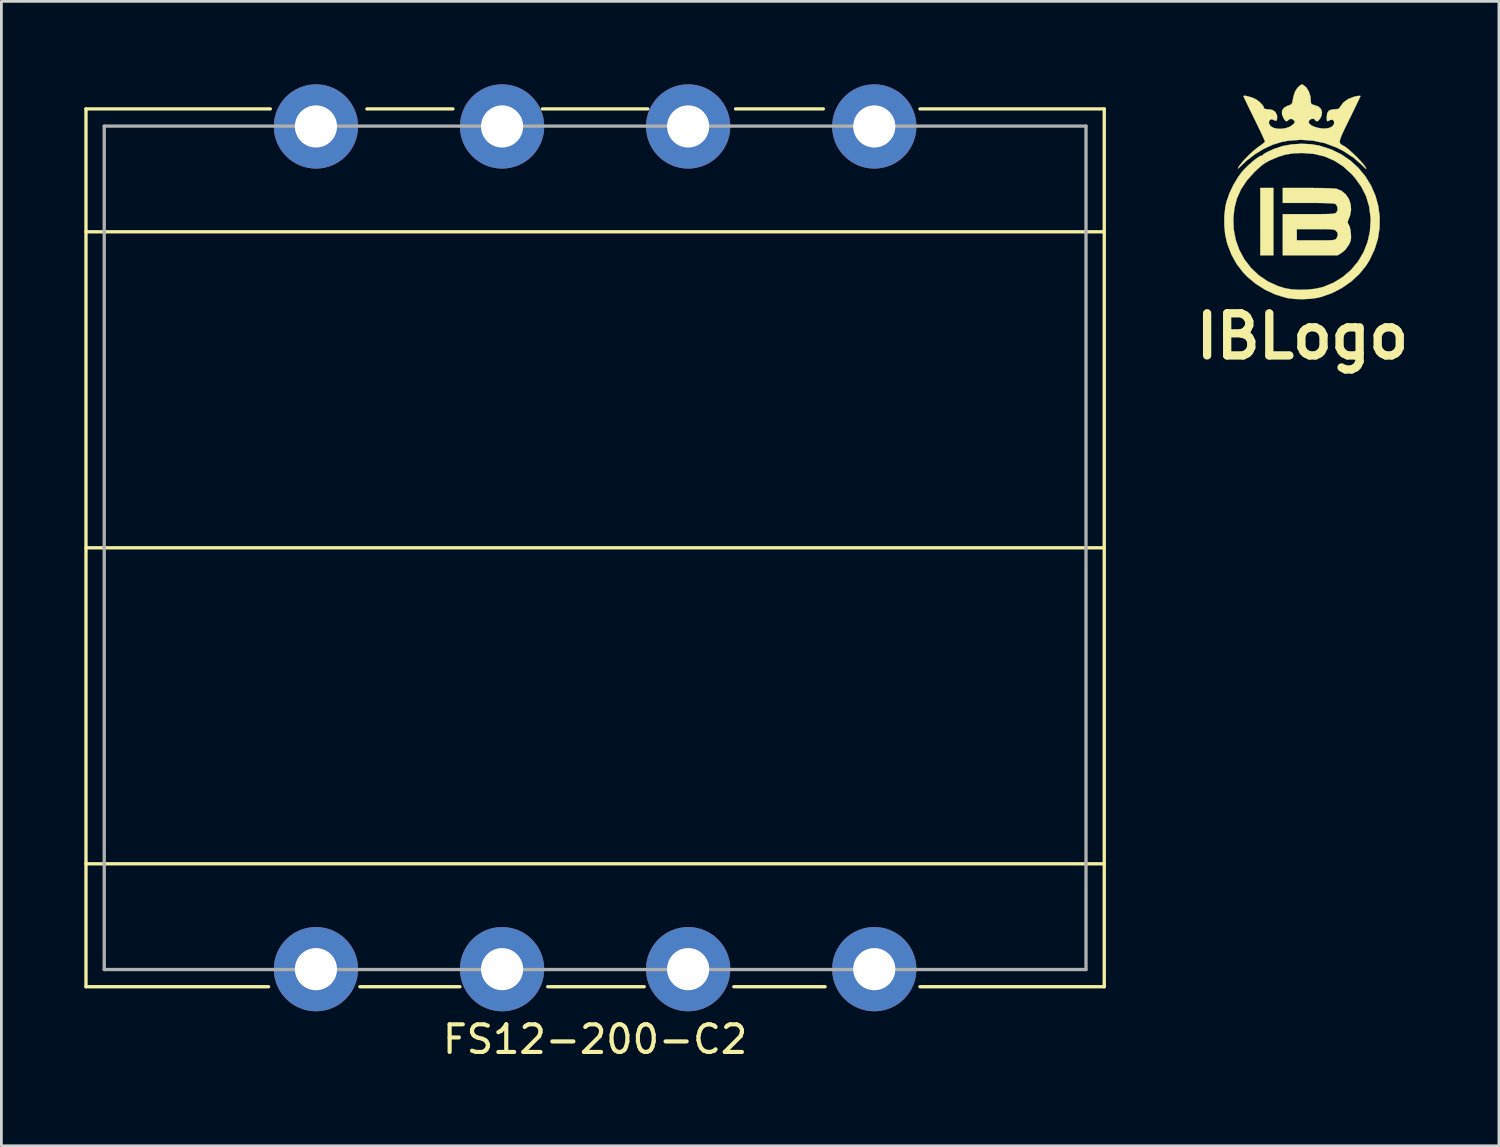
<source format=kicad_pcb>
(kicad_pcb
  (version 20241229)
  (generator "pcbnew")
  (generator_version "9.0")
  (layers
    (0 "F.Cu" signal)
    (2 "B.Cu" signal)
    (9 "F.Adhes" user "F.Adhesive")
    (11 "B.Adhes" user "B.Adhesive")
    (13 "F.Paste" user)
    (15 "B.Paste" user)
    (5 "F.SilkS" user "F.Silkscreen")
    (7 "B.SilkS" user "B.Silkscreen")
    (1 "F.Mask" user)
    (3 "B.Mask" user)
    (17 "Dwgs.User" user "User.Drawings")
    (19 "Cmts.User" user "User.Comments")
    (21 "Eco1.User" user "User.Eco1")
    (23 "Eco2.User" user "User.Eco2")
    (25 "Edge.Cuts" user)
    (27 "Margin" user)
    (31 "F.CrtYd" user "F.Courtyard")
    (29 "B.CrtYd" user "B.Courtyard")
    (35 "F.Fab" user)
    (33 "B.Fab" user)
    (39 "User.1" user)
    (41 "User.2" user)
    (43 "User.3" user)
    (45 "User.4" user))
  (footprint "IBLogo"
    (layer "F.Cu")
    (at 44.058 3.916)
    (property "Reference" "IBLogo" (at 0 5.2 0) (layer "F.SilkS") (effects (font (size 1.524 1.524) (thickness 0.3))))
    (attr through_hole)
    (fp_poly (pts (xy -1.05 2.269) (xy -1.524 2.269) (xy -1.524 -0.169) (xy -1.05 -0.169) (xy -1.05 2.269)) (stroke (width 0.01) (type solid)) (fill yes) (layer "F.SilkS"))
    (fp_poly (pts (xy 0.195 -0.169) (xy 0.443 -0.167) (xy 0.676 -0.164) (xy 0.882 -0.159) (xy 1.051 -0.152) (xy 1.173 -0.145) (xy 1.234 -0.137) (xy 1.417 -0.062) (xy 1.567 0.063) (xy 1.677 0.226) (xy 1.743 0.416) (xy 1.76 0.621) (xy 1.722 0.831) (xy 1.694 0.905) (xy 1.653 1.006) (xy 1.638 1.069) (xy 1.649 1.118) (xy 1.678 1.166) (xy 1.715 1.256) (xy 1.742 1.389) (xy 1.753 1.487) (xy 1.759 1.621) (xy 1.75 1.717) (xy 1.72 1.805) (xy 1.672 1.899) (xy 1.54 2.079) (xy 1.424 2.173) (xy 1.274 2.269) (xy -0.711 2.269) (xy -0.711 1.321) (xy -0.203 1.321) (xy -0.203 1.727) (xy 0.489 1.727) (xy 0.722 1.727) (xy 0.897 1.726) (xy 1.023 1.722) (xy 1.109 1.716) (xy 1.164 1.705) (xy 1.199 1.69) (xy 1.221 1.669) (xy 1.234 1.652) (xy 1.282 1.544) (xy 1.265 1.447) (xy 1.219 1.389) (xy 1.192 1.365) (xy 1.157 1.348) (xy 1.104 1.336) (xy 1.023 1.328) (xy 0.906 1.324) (xy 0.742 1.321) (xy 0.521 1.321) (xy 0.474 1.321) (xy -0.203 1.321) (xy -0.711 1.321) (xy -0.711 0.779) (xy 0.232 0.779) (xy 0.51 0.779) (xy 0.728 0.778) (xy 0.895 0.775) (xy 1.017 0.771) (xy 1.103 0.764) (xy 1.161 0.755) (xy 1.198 0.742) (xy 1.222 0.725) (xy 1.234 0.713) (xy 1.272 0.628) (xy 1.267 0.526) (xy 1.224 0.438) (xy 1.185 0.406) (xy 1.133 0.396) (xy 1.02 0.388) (xy 0.854 0.381) (xy 0.643 0.376) (xy 0.393 0.373) (xy 0.205 0.373) (xy -0.711 0.373) (xy -0.711 -0.169) (xy 0.195 -0.169)) (stroke (width 0.01) (type solid)) (fill yes) (layer "F.SilkS"))
    (fp_poly (pts (xy 0.326 -1.748) (xy 0.613 -1.699) (xy 1.026 -1.568) (xy 1.402 -1.385) (xy 1.738 -1.156) (xy 2.032 -0.886) (xy 2.282 -0.581) (xy 2.485 -0.247) (xy 2.64 0.111) (xy 2.744 0.487) (xy 2.795 0.876) (xy 2.791 1.272) (xy 2.73 1.669) (xy 2.609 2.061) (xy 2.426 2.444) (xy 2.303 2.642) (xy 2.058 2.945) (xy 1.761 3.218) (xy 1.425 3.452) (xy 1.06 3.64) (xy 0.68 3.773) (xy 0.535 3.807) (xy 0.29 3.842) (xy 0.015 3.856) (xy -0.262 3.849) (xy -0.511 3.82) (xy -0.575 3.808) (xy -0.963 3.692) (xy -1.341 3.518) (xy -1.695 3.294) (xy -2.008 3.03) (xy -2.137 2.896) (xy -2.373 2.59) (xy -2.561 2.254) (xy -2.709 1.874) (xy -2.73 1.805) (xy -2.795 1.509) (xy -2.826 1.179) (xy -2.825 0.918) (xy -2.498 0.918) (xy -2.486 1.325) (xy -2.411 1.715) (xy -2.279 2.082) (xy -2.094 2.421) (xy -1.859 2.725) (xy -1.579 2.99) (xy -1.258 3.209) (xy -0.899 3.376) (xy -0.637 3.458) (xy -0.395 3.5) (xy -0.114 3.516) (xy 0.18 3.509) (xy 0.465 3.478) (xy 0.715 3.424) (xy 0.762 3.41) (xy 1.137 3.253) (xy 1.473 3.043) (xy 1.766 2.787) (xy 2.014 2.489) (xy 2.211 2.155) (xy 2.355 1.791) (xy 2.442 1.402) (xy 2.467 0.993) (xy 2.464 0.897) (xy 2.413 0.5) (xy 2.302 0.129) (xy 2.128 -0.218) (xy 1.89 -0.546) (xy 1.783 -0.666) (xy 1.481 -0.942) (xy 1.153 -1.156) (xy 0.797 -1.309) (xy 0.411 -1.401) (xy -0.005 -1.432) (xy -0.017 -1.432) (xy -0.33 -1.419) (xy -0.607 -1.376) (xy -0.875 -1.295) (xy -1.149 -1.178) (xy -1.289 -1.106) (xy -1.409 -1.031) (xy -1.528 -0.937) (xy -1.663 -0.813) (xy -1.745 -0.733) (xy -2.016 -0.429) (xy -2.222 -0.117) (xy -2.369 0.212) (xy -2.46 0.568) (xy -2.498 0.918) (xy -2.825 0.918) (xy -2.824 0.84) (xy -2.788 0.518) (xy -2.749 0.34) (xy -2.642 0.031) (xy -2.494 -0.284) (xy -2.316 -0.577) (xy -2.174 -0.765) (xy -2.067 -0.882) (xy -1.943 -1.002) (xy -1.813 -1.116) (xy -1.791 -1.135) (xy -1.389 -1.135) (xy -1.372 -1.118) (xy -1.355 -1.135) (xy -1.372 -1.151) (xy -1.389 -1.135) (xy -1.791 -1.135) (xy -1.689 -1.216) (xy -1.58 -1.291) (xy -1.5 -1.334) (xy -1.463 -1.338) (xy -1.433 -1.338) (xy -1.436 -1.35) (xy -1.418 -1.381) (xy -1.338 -1.433) (xy -1.201 -1.502) (xy -1.015 -1.585) (xy -0.716 -1.684) (xy -0.38 -1.745) (xy -0.026 -1.767) (xy 0.326 -1.748)) (stroke (width 0.01) (type solid)) (fill yes) (layer "F.SilkS"))
    (fp_poly (pts (xy 0.024 -3.9) (xy 0.143 -3.801) (xy 0.234 -3.653) (xy 0.29 -3.472) (xy 0.303 -3.331) (xy 0.309 -3.241) (xy 0.333 -3.197) (xy 0.393 -3.175) (xy 0.42 -3.169) (xy 0.572 -3.116) (xy 0.669 -3.026) (xy 0.709 -2.908) (xy 0.686 -2.77) (xy 0.644 -2.684) (xy 0.577 -2.602) (xy 0.516 -2.576) (xy 0.47 -2.608) (xy 0.462 -2.625) (xy 0.415 -2.668) (xy 0.341 -2.67) (xy 0.265 -2.631) (xy 0.258 -2.624) (xy 0.225 -2.558) (xy 0.248 -2.494) (xy 0.317 -2.436) (xy 0.42 -2.385) (xy 0.546 -2.346) (xy 0.683 -2.322) (xy 0.821 -2.317) (xy 0.949 -2.334) (xy 1.054 -2.376) (xy 1.06 -2.38) (xy 1.126 -2.448) (xy 1.15 -2.523) (xy 1.137 -2.59) (xy 1.093 -2.633) (xy 1.023 -2.634) (xy 0.978 -2.613) (xy 0.923 -2.583) (xy 0.894 -2.588) (xy 0.882 -2.639) (xy 0.881 -2.741) (xy 0.898 -2.876) (xy 0.955 -2.962) (xy 1.06 -3.005) (xy 1.175 -3.014) (xy 1.273 -3.021) (xy 1.329 -3.051) (xy 1.368 -3.107) (xy 1.484 -3.26) (xy 1.652 -3.382) (xy 1.862 -3.465) (xy 1.948 -3.485) (xy 2.038 -3.498) (xy 2.092 -3.497) (xy 2.1 -3.492) (xy 2.085 -3.458) (xy 2.045 -3.37) (xy 1.982 -3.238) (xy 1.901 -3.071) (xy 1.806 -2.875) (xy 1.703 -2.665) (xy 1.579 -2.413) (xy 1.484 -2.215) (xy 1.415 -2.063) (xy 1.371 -1.949) (xy 1.351 -1.866) (xy 1.353 -1.807) (xy 1.375 -1.764) (xy 1.417 -1.73) (xy 1.477 -1.697) (xy 1.509 -1.681) (xy 1.595 -1.623) (xy 1.711 -1.527) (xy 1.844 -1.405) (xy 1.981 -1.271) (xy 2.108 -1.137) (xy 2.211 -1.017) (xy 2.279 -0.924) (xy 2.284 -0.916) (xy 2.309 -0.866) (xy 2.304 -0.855) (xy 2.266 -0.886) (xy 2.188 -0.962) (xy 2.148 -1.003) (xy 1.838 -1.273) (xy 1.476 -1.507) (xy 1.24 -1.627) (xy 0.823 -1.785) (xy 0.387 -1.879) (xy -0.061 -1.91) (xy -0.516 -1.875) (xy -0.76 -1.829) (xy -1.073 -1.732) (xy -1.396 -1.583) (xy -1.713 -1.391) (xy -2.006 -1.167) (xy -2.163 -1.022) (xy -2.261 -0.926) (xy -2.317 -0.877) (xy -2.335 -0.872) (xy -2.32 -0.908) (xy -2.315 -0.918) (xy -2.237 -1.03) (xy -2.119 -1.168) (xy -1.977 -1.317) (xy -1.825 -1.462) (xy -1.679 -1.588) (xy -1.569 -1.669) (xy -1.466 -1.741) (xy -1.39 -1.804) (xy -1.355 -1.846) (xy -1.355 -1.85) (xy -1.369 -1.89) (xy -1.41 -1.982) (xy -1.473 -2.118) (xy -1.554 -2.289) (xy -1.65 -2.487) (xy -1.744 -2.68) (xy -1.849 -2.893) (xy -1.943 -3.086) (xy -2.022 -3.251) (xy -2.083 -3.379) (xy -2.122 -3.462) (xy -2.134 -3.491) (xy -2.105 -3.504) (xy -2.032 -3.496) (xy -1.931 -3.471) (xy -1.821 -3.436) (xy -1.718 -3.393) (xy -1.673 -3.37) (xy -1.565 -3.292) (xy -1.472 -3.201) (xy -1.408 -3.112) (xy -1.389 -3.051) (xy -1.358 -3.028) (xy -1.277 -3.015) (xy -1.235 -3.014) (xy -1.086 -2.989) (xy -0.979 -2.917) (xy -0.922 -2.804) (xy -0.914 -2.733) (xy -0.922 -2.635) (xy -0.949 -2.596) (xy -1.004 -2.61) (xy -1.031 -2.626) (xy -1.116 -2.654) (xy -1.182 -2.625) (xy -1.212 -2.553) (xy -1.206 -2.492) (xy -1.152 -2.405) (xy -1.05 -2.344) (xy -0.915 -2.311) (xy -0.761 -2.306) (xy -0.604 -2.33) (xy -0.456 -2.383) (xy -0.347 -2.455) (xy -0.287 -2.517) (xy -0.277 -2.564) (xy -0.291 -2.597) (xy -0.358 -2.656) (xy -0.439 -2.666) (xy -0.507 -2.626) (xy -0.558 -2.581) (xy -0.606 -2.59) (xy -0.661 -2.657) (xy -0.678 -2.684) (xy -0.739 -2.831) (xy -0.737 -2.958) (xy -0.673 -3.061) (xy -0.548 -3.136) (xy -0.496 -3.152) (xy -0.413 -3.185) (xy -0.372 -3.237) (xy -0.356 -3.312) (xy -0.315 -3.513) (xy -0.261 -3.664) (xy -0.187 -3.779) (xy -0.15 -3.819) (xy -0.072 -3.888) (xy -0.017 -3.911) (xy 0.024 -3.9)) (stroke (width 0.01) (type solid)) (fill yes) (layer "F.SilkS")))
  (footprint "FS12-200-C2"
    (layer "F.Cu")
    (at 18.475 16.764)
    (property "Reference" "FS12-200-C2" (at 0 17.78 0) (layer "F.SilkS") (effects (font (size 1 1) (thickness 0.15))))
    (attr through_hole)
    (fp_line (start -18.415 -15.875) (end -11.748 -15.875) (stroke (width 0.12) (type solid)) (layer "F.SilkS"))
    (fp_line (start -18.415 -11.43) (end 18.415 -11.43) (stroke (width 0.12) (type solid)) (layer "F.SilkS"))
    (fp_line (start -18.415 0) (end 18.415 0) (stroke (width 0.12) (type solid)) (layer "F.SilkS"))
    (fp_line (start -18.415 11.43) (end 18.415 11.43) (stroke (width 0.12) (type solid)) (layer "F.SilkS"))
    (fp_line (start -18.415 15.875) (end -18.415 -15.875) (stroke (width 0.12) (type solid)) (layer "F.SilkS"))
    (fp_line (start -11.811 15.875) (end -18.415 15.875) (stroke (width 0.12) (type solid)) (layer "F.SilkS"))
    (fp_line (start -8.255 -15.875) (end -5.144 -15.875) (stroke (width 0.12) (type solid)) (layer "F.SilkS"))
    (fp_line (start -4.889 15.875) (end -8.509 15.875) (stroke (width 0.12) (type solid)) (layer "F.SilkS"))
    (fp_line (start -1.905 -15.875) (end 1.905 -15.875) (stroke (width 0.12) (type solid)) (layer "F.SilkS"))
    (fp_line (start 1.778 15.875) (end -1.714 15.875) (stroke (width 0.12) (type solid)) (layer "F.SilkS"))
    (fp_line (start 5.08 -15.875) (end 8.255 -15.875) (stroke (width 0.12) (type solid)) (layer "F.SilkS"))
    (fp_line (start 8.319 15.875) (end 5.016 15.875) (stroke (width 0.12) (type solid)) (layer "F.SilkS"))
    (fp_line (start 11.748 -15.875) (end 18.415 -15.875) (stroke (width 0.12) (type solid)) (layer "F.SilkS"))
    (fp_line (start 18.415 -15.875) (end 18.415 15.875) (stroke (width 0.12) (type solid)) (layer "F.SilkS"))
    (fp_line (start 18.415 15.875) (end 11.748 15.875) (stroke (width 0.12) (type solid)) (layer "F.SilkS"))
    (fp_line (start -17.755 -15.253) (end 17.755 -15.253) (stroke (width 0.12) (type solid)) (layer "F.Fab"))
    (fp_line (start -17.755 15.253) (end -17.755 -15.253) (stroke (width 0.12) (type solid)) (layer "F.Fab"))
    (fp_line (start 17.755 -15.253) (end 17.755 15.253) (stroke (width 0.12) (type solid)) (layer "F.Fab"))
    (fp_line (start 17.755 15.253) (end -17.755 15.253) (stroke (width 0.12) (type solid)) (layer "F.Fab"))
    (pad "1" thru_hole circle (at -10.097 15.24) (size 3.048 3.048) (drill 1.524) (layers "*.Cu" "*.Mask"))
    (pad "2" thru_hole circle (at -3.365 15.24) (size 3.048 3.048) (drill 1.524) (layers "*.Cu" "*.Mask"))
    (pad "3" thru_hole circle (at 3.365 15.24) (size 3.048 3.048) (drill 1.524) (layers "*.Cu" "*.Mask"))
    (pad "4" thru_hole circle (at 10.097 15.24) (size 3.048 3.048) (drill 1.524) (layers "*.Cu" "*.Mask"))
    (pad "5" thru_hole circle (at -10.097 -15.24) (size 3.048 3.048) (drill 1.524) (layers "*.Cu" "*.Mask"))
    (pad "6" thru_hole circle (at -3.365 -15.24) (size 3.048 3.048) (drill 1.524) (layers "*.Cu" "*.Mask"))
    (pad "7" thru_hole circle (at 3.365 -15.24) (size 3.048 3.048) (drill 1.524) (layers "*.Cu" "*.Mask"))
    (pad "8" thru_hole circle (at 10.097 -15.24) (size 3.048 3.048) (drill 1.524) (layers "*.Cu" "*.Mask")))
  (gr_rect
    (start -3 -3)
    (end 51.165 38.392)
    (stroke (width 0.1) (type default))
    (fill no)
    (layer "Edge.Cuts")))
</source>
